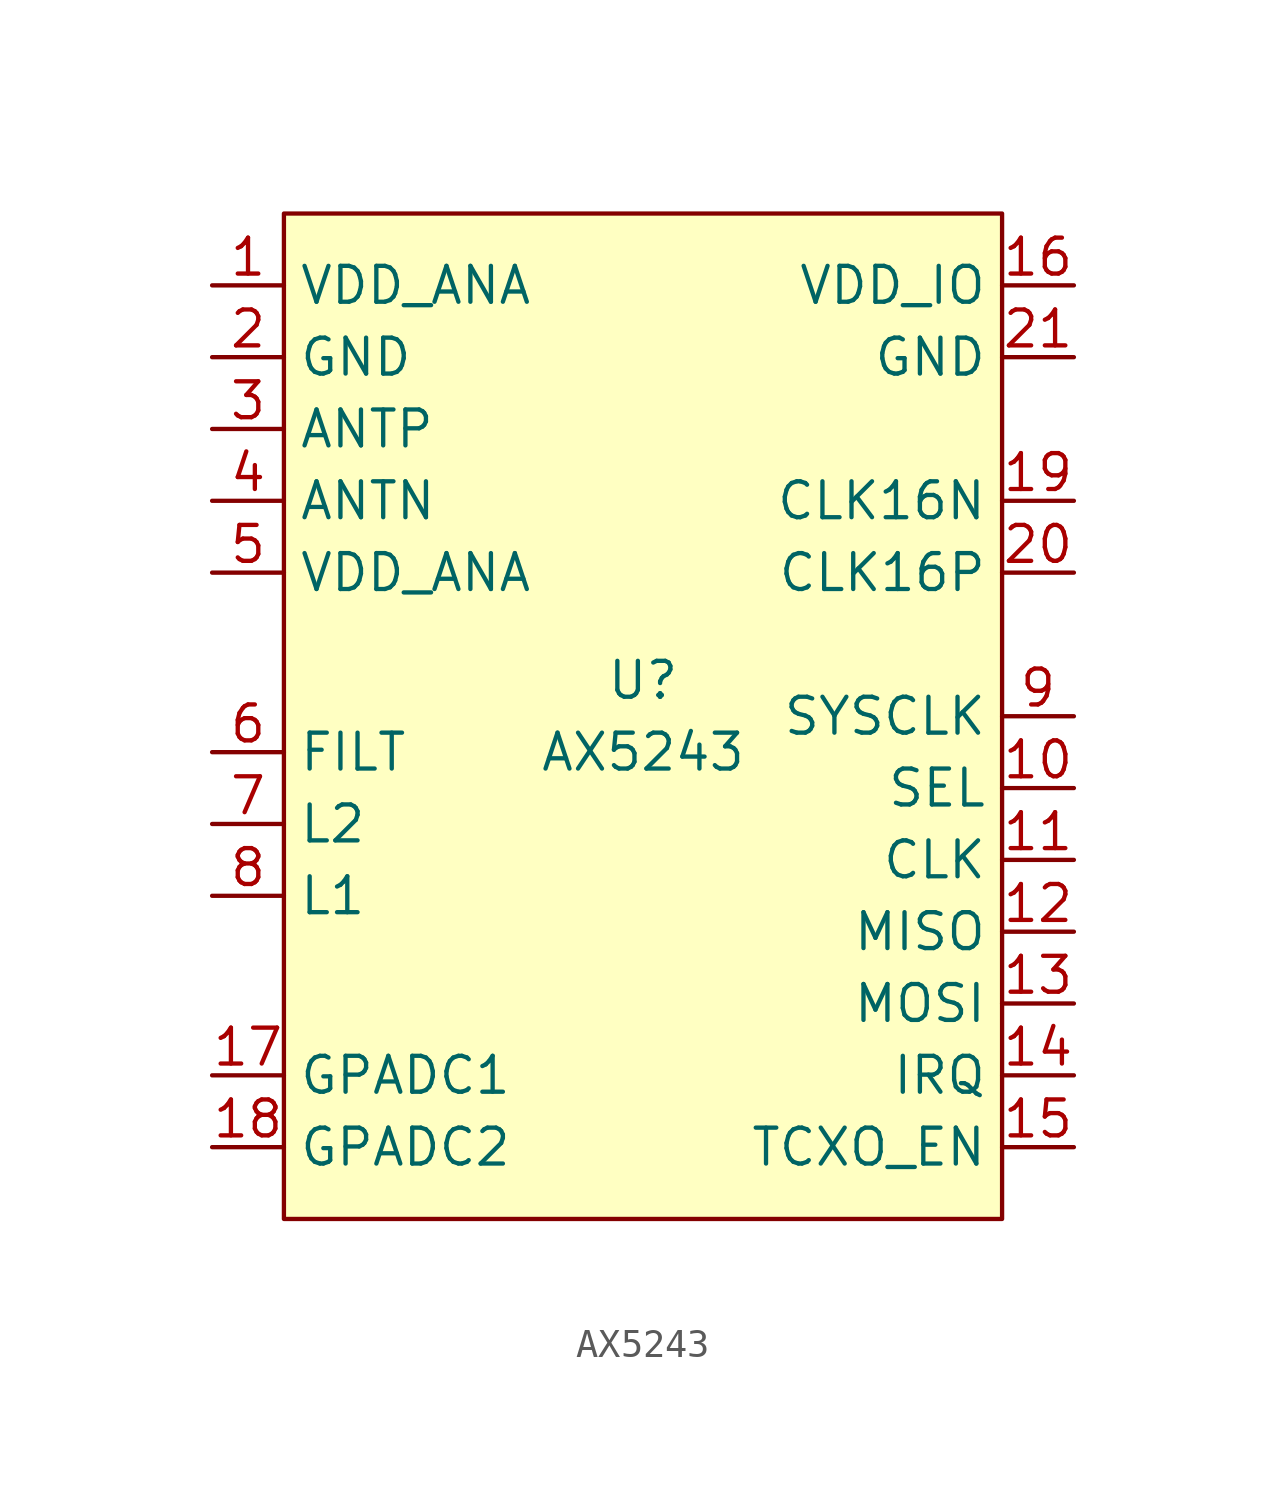
<source format=kicad_sym>
(kicad_symbol_lib
  (version 20201005)
  (generator kicad_symbol_editor)
  (symbol "local:AX5243"
    (property "Reference" "U"
      (at 0 1.27 0)
      (effects (font (size 1.27 1.27))))
    (property "Value" "AX5243"
      (at 0 -1.27 0)
      (effects (font (size 1.27 1.27))))
    (symbol "AX5243_0_1"
      (rectangle (start -12.7 17.78) (end 12.7 -17.78) (stroke (width 0)) (fill (type background))))
    (symbol "AX5243_1_1"
      (pin power_out line (at -15.24 15.24 0) (length 2.54) (name "VDD_ANA" (effects (font (size 1.27 1.27)))) (number "1" (effects (font (size 1.27 1.27)))))
      (pin power_in line (at -15.24 12.7 0) (length 2.54) (name "GND" (effects (font (size 1.27 1.27)))) (number "2" (effects (font (size 1.27 1.27)))))
      (pin bidirectional line (at -15.24 10.16 0) (length 2.54) (name "ANTP" (effects (font (size 1.27 1.27)))) (number "3" (effects (font (size 1.27 1.27)))))
      (pin bidirectional line (at -15.24 7.62 0) (length 2.54) (name "ANTN" (effects (font (size 1.27 1.27)))) (number "4" (effects (font (size 1.27 1.27)))))
      (pin power_out line (at -15.24 5.08 0) (length 2.54) (name "VDD_ANA" (effects (font (size 1.27 1.27)))) (number "5" (effects (font (size 1.27 1.27)))))
      (pin passive line (at -15.24 -1.27 0) (length 2.54) (name "FILT" (effects (font (size 1.27 1.27)))) (number "6" (effects (font (size 1.27 1.27)))))
      (pin passive line (at -15.24 -3.81 0) (length 2.54) (name "L2" (effects (font (size 1.27 1.27)))) (number "7" (effects (font (size 1.27 1.27)))))
      (pin passive line (at -15.24 -6.35 0) (length 2.54) (name "L1" (effects (font (size 1.27 1.27)))) (number "8" (effects (font (size 1.27 1.27)))))
      (pin bidirectional line (at 15.24 0 180) (length 2.54) (name "SYSCLK" (effects (font (size 1.27 1.27)))) (number "9" (effects (font (size 1.27 1.27)))))
      (pin input line (at 15.24 -2.54 180) (length 2.54) (name "SEL" (effects (font (size 1.27 1.27)))) (number "10" (effects (font (size 1.27 1.27)))))
      (pin input line (at 15.24 -5.08 180) (length 2.54) (name "CLK" (effects (font (size 1.27 1.27)))) (number "11" (effects (font (size 1.27 1.27)))))
      (pin tri_state line (at 15.24 -7.62 180) (length 2.54) (name "MISO" (effects (font (size 1.27 1.27)))) (number "12" (effects (font (size 1.27 1.27)))))
      (pin input line (at 15.24 -10.16 180) (length 2.54) (name "MOSI" (effects (font (size 1.27 1.27)))) (number "13" (effects (font (size 1.27 1.27)))))
      (pin bidirectional line (at 15.24 -12.7 180) (length 2.54) (name "IRQ" (effects (font (size 1.27 1.27)))) (number "14" (effects (font (size 1.27 1.27)))))
      (pin bidirectional line (at 15.24 -15.24 180) (length 2.54) (name "TCXO_EN" (effects (font (size 1.27 1.27)))) (number "15" (effects (font (size 1.27 1.27)))))
      (pin power_in line (at 15.24 15.24 180) (length 2.54) (name "VDD_IO" (effects (font (size 1.27 1.27)))) (number "16" (effects (font (size 1.27 1.27)))))
      (pin input line (at -15.24 -12.7 0) (length 2.54) (name "GPADC1" (effects (font (size 1.27 1.27)))) (number "17" (effects (font (size 1.27 1.27)))))
      (pin input line (at -15.24 -15.24 0) (length 2.54) (name "GPADC2" (effects (font (size 1.27 1.27)))) (number "18" (effects (font (size 1.27 1.27)))))
      (pin bidirectional line (at 15.24 7.62 180) (length 2.54) (name "CLK16N" (effects (font (size 1.27 1.27)))) (number "19" (effects (font (size 1.27 1.27)))))
      (pin bidirectional line (at 15.24 5.08 180) (length 2.54) (name "CLK16P" (effects (font (size 1.27 1.27)))) (number "20" (effects (font (size 1.27 1.27)))))
      (pin power_in line (at 15.24 12.7 180) (length 2.54) (name "GND" (effects (font (size 1.27 1.27)))) (number "21" (effects (font (size 1.27 1.27))))))))
</source>
